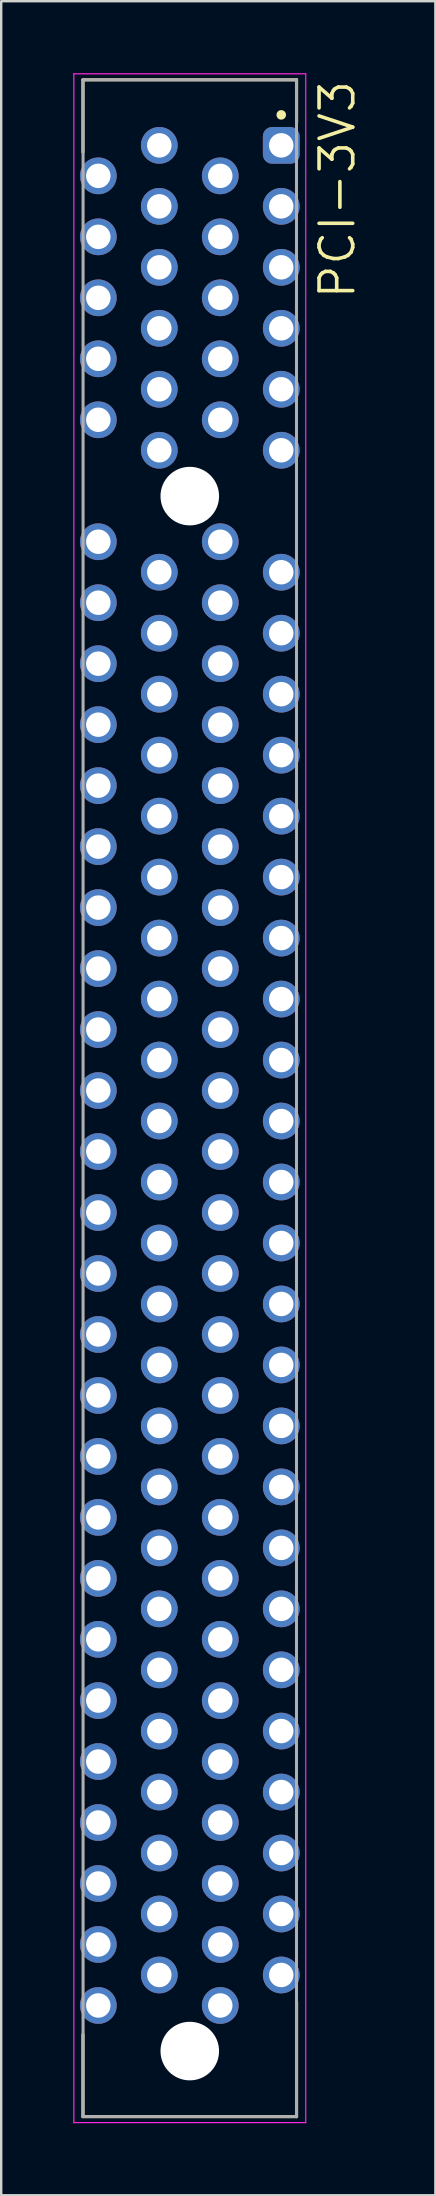
<source format=kicad_pcb>
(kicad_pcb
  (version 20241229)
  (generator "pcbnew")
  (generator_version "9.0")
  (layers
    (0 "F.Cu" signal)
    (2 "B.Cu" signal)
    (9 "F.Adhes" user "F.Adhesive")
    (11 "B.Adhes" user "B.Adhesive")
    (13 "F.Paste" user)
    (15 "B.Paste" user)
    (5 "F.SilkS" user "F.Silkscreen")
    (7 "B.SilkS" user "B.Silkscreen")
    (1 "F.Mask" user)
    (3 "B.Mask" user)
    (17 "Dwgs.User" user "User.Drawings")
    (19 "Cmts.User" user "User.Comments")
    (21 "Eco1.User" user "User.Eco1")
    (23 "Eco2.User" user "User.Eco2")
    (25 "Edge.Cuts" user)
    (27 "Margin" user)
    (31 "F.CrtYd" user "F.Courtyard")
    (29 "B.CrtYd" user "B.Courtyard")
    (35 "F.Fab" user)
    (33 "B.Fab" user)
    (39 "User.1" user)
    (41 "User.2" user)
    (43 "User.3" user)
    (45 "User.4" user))
  (footprint "PCI-3V3"
    (layer "F.Cu")
    (at 4.855 43.645)
    (property "Reference" "PCI-3V3" (at 6.146 -38.796 270) (layer "F.SilkS") (effects (font (size 1.402 1.402) (thickness 0.15))))
    (attr through_hole)
    (fp_line (start -4.45 -43.37) (end -4.45 -40.35) (stroke (width 0.127) (type solid)) (layer "F.SilkS"))
    (fp_line (start -4.45 41.47) (end -4.45 38.05) (stroke (width 0.127) (type solid)) (layer "F.SilkS"))
    (fp_line (start 4.45 -43.37) (end -4.45 -43.37) (stroke (width 0.127) (type solid)) (layer "F.SilkS"))
    (fp_line (start 4.45 -41.6) (end 4.45 -43.37) (stroke (width 0.127) (type solid)) (layer "F.SilkS"))
    (fp_line (start 4.45 36.7) (end 4.45 41.47) (stroke (width 0.127) (type solid)) (layer "F.SilkS"))
    (fp_line (start 4.45 41.47) (end -4.45 41.47) (stroke (width 0.127) (type solid)) (layer "F.SilkS"))
    (fp_circle (center 3.81 -41.91) (end 3.81 -41.81) (stroke (width 0.2) (type solid)) (fill no) (layer "F.SilkS"))
    (fp_line (start -4.83 -43.62) (end -4.83 41.72) (stroke (width 0.05) (type solid)) (layer "F.CrtYd"))
    (fp_line (start -4.83 41.72) (end 4.83 41.72) (stroke (width 0.05) (type solid)) (layer "F.CrtYd"))
    (fp_line (start 4.83 -43.62) (end -4.83 -43.62) (stroke (width 0.05) (type solid)) (layer "F.CrtYd"))
    (fp_line (start 4.83 41.72) (end 4.83 -43.62) (stroke (width 0.05) (type solid)) (layer "F.CrtYd"))
    (fp_line (start -4.445 -43.37) (end -4.445 41.47) (stroke (width 0.127) (type solid)) (layer "F.Fab"))
    (fp_line (start -4.445 41.47) (end 4.445 41.47) (stroke (width 0.127) (type solid)) (layer "F.Fab"))
    (fp_line (start 4.445 -43.37) (end -4.445 -43.37) (stroke (width 0.127) (type solid)) (layer "F.Fab"))
    (fp_line (start 4.445 41.47) (end 4.445 -43.37) (stroke (width 0.127) (type solid)) (layer "F.Fab"))
    (pad "" np_thru_hole circle (at 0 -26.03 270) (size 2.44 2.44) (drill 2.44) (layers "*.Cu" "*.Mask"))
    (pad "" np_thru_hole circle (at 0 38.74 270) (size 2.44 2.44) (drill 2.44) (layers "*.Cu" "*.Mask"))
    (pad "A1" thru_hole roundrect (at 3.81 -40.64 270) (size 1.53 1.53) (drill 1.02) (layers "*.Cu" "*.Mask") (roundrect_rratio 0.25))
    (pad "A2" thru_hole circle (at 1.27 -39.37 270) (size 1.53 1.53) (drill 1.02) (layers "*.Cu" "*.Mask"))
    (pad "A3" thru_hole circle (at 3.81 -38.1 270) (size 1.53 1.53) (drill 1.02) (layers "*.Cu" "*.Mask"))
    (pad "A4" thru_hole circle (at 1.27 -36.83 270) (size 1.53 1.53) (drill 1.02) (layers "*.Cu" "*.Mask"))
    (pad "A5" thru_hole circle (at 3.81 -35.56 270) (size 1.53 1.53) (drill 1.02) (layers "*.Cu" "*.Mask"))
    (pad "A6" thru_hole circle (at 1.27 -34.29 270) (size 1.53 1.53) (drill 1.02) (layers "*.Cu" "*.Mask"))
    (pad "A7" thru_hole circle (at 3.81 -33.02 270) (size 1.53 1.53) (drill 1.02) (layers "*.Cu" "*.Mask"))
    (pad "A8" thru_hole circle (at 1.27 -31.75 270) (size 1.53 1.53) (drill 1.02) (layers "*.Cu" "*.Mask"))
    (pad "A9" thru_hole circle (at 3.81 -30.48 270) (size 1.53 1.53) (drill 1.02) (layers "*.Cu" "*.Mask"))
    (pad "A10" thru_hole circle (at 1.27 -29.21 270) (size 1.53 1.53) (drill 1.02) (layers "*.Cu" "*.Mask"))
    (pad "A11" thru_hole circle (at 3.81 -27.94 270) (size 1.53 1.53) (drill 1.02) (layers "*.Cu" "*.Mask"))
    (pad "A14" thru_hole circle (at 1.27 -24.13 270) (size 1.53 1.53) (drill 1.02) (layers "*.Cu" "*.Mask"))
    (pad "A15" thru_hole circle (at 3.81 -22.86 270) (size 1.53 1.53) (drill 1.02) (layers "*.Cu" "*.Mask"))
    (pad "A16" thru_hole circle (at 1.27 -21.59 270) (size 1.53 1.53) (drill 1.02) (layers "*.Cu" "*.Mask"))
    (pad "A17" thru_hole circle (at 3.81 -20.32 270) (size 1.53 1.53) (drill 1.02) (layers "*.Cu" "*.Mask"))
    (pad "A18" thru_hole circle (at 1.27 -19.05 270) (size 1.53 1.53) (drill 1.02) (layers "*.Cu" "*.Mask"))
    (pad "A19" thru_hole circle (at 3.81 -17.78 270) (size 1.53 1.53) (drill 1.02) (layers "*.Cu" "*.Mask"))
    (pad "A20" thru_hole circle (at 1.27 -16.51 270) (size 1.53 1.53) (drill 1.02) (layers "*.Cu" "*.Mask"))
    (pad "A21" thru_hole circle (at 3.81 -15.24 270) (size 1.53 1.53) (drill 1.02) (layers "*.Cu" "*.Mask"))
    (pad "A22" thru_hole circle (at 1.27 -13.97 270) (size 1.53 1.53) (drill 1.02) (layers "*.Cu" "*.Mask"))
    (pad "A23" thru_hole circle (at 3.81 -12.7 270) (size 1.53 1.53) (drill 1.02) (layers "*.Cu" "*.Mask"))
    (pad "A24" thru_hole circle (at 1.27 -11.43 270) (size 1.53 1.53) (drill 1.02) (layers "*.Cu" "*.Mask"))
    (pad "A25" thru_hole circle (at 3.81 -10.16 270) (size 1.53 1.53) (drill 1.02) (layers "*.Cu" "*.Mask"))
    (pad "A26" thru_hole circle (at 1.27 -8.89 270) (size 1.53 1.53) (drill 1.02) (layers "*.Cu" "*.Mask"))
    (pad "A27" thru_hole circle (at 3.81 -7.62 270) (size 1.53 1.53) (drill 1.02) (layers "*.Cu" "*.Mask"))
    (pad "A28" thru_hole circle (at 1.27 -6.35 270) (size 1.53 1.53) (drill 1.02) (layers "*.Cu" "*.Mask"))
    (pad "A29" thru_hole circle (at 3.81 -5.08 270) (size 1.53 1.53) (drill 1.02) (layers "*.Cu" "*.Mask"))
    (pad "A30" thru_hole circle (at 1.27 -3.81 270) (size 1.53 1.53) (drill 1.02) (layers "*.Cu" "*.Mask"))
    (pad "A31" thru_hole circle (at 3.81 -2.54 270) (size 1.53 1.53) (drill 1.02) (layers "*.Cu" "*.Mask"))
    (pad "A32" thru_hole circle (at 1.27 -1.27 270) (size 1.53 1.53) (drill 1.02) (layers "*.Cu" "*.Mask"))
    (pad "A33" thru_hole circle (at 3.81 0 270) (size 1.53 1.53) (drill 1.02) (layers "*.Cu" "*.Mask"))
    (pad "A34" thru_hole circle (at 1.27 1.27 270) (size 1.53 1.53) (drill 1.02) (layers "*.Cu" "*.Mask"))
    (pad "A35" thru_hole circle (at 3.81 2.54 270) (size 1.53 1.53) (drill 1.02) (layers "*.Cu" "*.Mask"))
    (pad "A36" thru_hole circle (at 1.27 3.81 270) (size 1.53 1.53) (drill 1.02) (layers "*.Cu" "*.Mask"))
    (pad "A37" thru_hole circle (at 3.81 5.08 270) (size 1.53 1.53) (drill 1.02) (layers "*.Cu" "*.Mask"))
    (pad "A38" thru_hole circle (at 1.27 6.35 270) (size 1.53 1.53) (drill 1.02) (layers "*.Cu" "*.Mask"))
    (pad "A39" thru_hole circle (at 3.81 7.62 270) (size 1.53 1.53) (drill 1.02) (layers "*.Cu" "*.Mask"))
    (pad "A40" thru_hole circle (at 1.27 8.89 270) (size 1.53 1.53) (drill 1.02) (layers "*.Cu" "*.Mask"))
    (pad "A41" thru_hole circle (at 3.81 10.16 270) (size 1.53 1.53) (drill 1.02) (layers "*.Cu" "*.Mask"))
    (pad "A42" thru_hole circle (at 1.27 11.43 270) (size 1.53 1.53) (drill 1.02) (layers "*.Cu" "*.Mask"))
    (pad "A43" thru_hole circle (at 3.81 12.7 270) (size 1.53 1.53) (drill 1.02) (layers "*.Cu" "*.Mask"))
    (pad "A44" thru_hole circle (at 1.27 13.97 270) (size 1.53 1.53) (drill 1.02) (layers "*.Cu" "*.Mask"))
    (pad "A45" thru_hole circle (at 3.81 15.24 270) (size 1.53 1.53) (drill 1.02) (layers "*.Cu" "*.Mask"))
    (pad "A46" thru_hole circle (at 1.27 16.51 270) (size 1.53 1.53) (drill 1.02) (layers "*.Cu" "*.Mask"))
    (pad "A47" thru_hole circle (at 3.81 17.78 270) (size 1.53 1.53) (drill 1.02) (layers "*.Cu" "*.Mask"))
    (pad "A48" thru_hole circle (at 1.27 19.05 270) (size 1.53 1.53) (drill 1.02) (layers "*.Cu" "*.Mask"))
    (pad "A49" thru_hole circle (at 3.81 20.32 270) (size 1.53 1.53) (drill 1.02) (layers "*.Cu" "*.Mask"))
    (pad "A50" thru_hole circle (at 1.27 21.59 270) (size 1.53 1.53) (drill 1.02) (layers "*.Cu" "*.Mask"))
    (pad "A51" thru_hole circle (at 3.81 22.86 270) (size 1.53 1.53) (drill 1.02) (layers "*.Cu" "*.Mask"))
    (pad "A52" thru_hole circle (at 1.27 24.14 270) (size 1.53 1.53) (drill 1.02) (layers "*.Cu" "*.Mask"))
    (pad "A53" thru_hole circle (at 3.81 25.41 270) (size 1.53 1.53) (drill 1.02) (layers "*.Cu" "*.Mask"))
    (pad "A54" thru_hole circle (at 1.27 26.68 270) (size 1.53 1.53) (drill 1.02) (layers "*.Cu" "*.Mask"))
    (pad "A55" thru_hole circle (at 3.81 27.95 270) (size 1.53 1.53) (drill 1.02) (layers "*.Cu" "*.Mask"))
    (pad "A56" thru_hole circle (at 1.27 29.22 270) (size 1.53 1.53) (drill 1.02) (layers "*.Cu" "*.Mask"))
    (pad "A57" thru_hole circle (at 3.81 30.49 270) (size 1.53 1.53) (drill 1.02) (layers "*.Cu" "*.Mask"))
    (pad "A58" thru_hole circle (at 1.27 31.76 270) (size 1.53 1.53) (drill 1.02) (layers "*.Cu" "*.Mask"))
    (pad "A59" thru_hole circle (at 3.81 33.03 270) (size 1.53 1.53) (drill 1.02) (layers "*.Cu" "*.Mask"))
    (pad "A60" thru_hole circle (at 1.27 34.3 270) (size 1.53 1.53) (drill 1.02) (layers "*.Cu" "*.Mask"))
    (pad "A61" thru_hole circle (at 3.81 35.57 270) (size 1.53 1.53) (drill 1.02) (layers "*.Cu" "*.Mask"))
    (pad "A62" thru_hole circle (at 1.27 36.84 270) (size 1.53 1.53) (drill 1.02) (layers "*.Cu" "*.Mask"))
    (pad "B1" thru_hole circle (at -1.27 -40.64 270) (size 1.53 1.53) (drill 1.02) (layers "*.Cu" "*.Mask"))
    (pad "B2" thru_hole circle (at -3.81 -39.37 270) (size 1.53 1.53) (drill 1.02) (layers "*.Cu" "*.Mask"))
    (pad "B3" thru_hole circle (at -1.27 -38.1 270) (size 1.53 1.53) (drill 1.02) (layers "*.Cu" "*.Mask"))
    (pad "B4" thru_hole circle (at -3.81 -36.83 270) (size 1.53 1.53) (drill 1.02) (layers "*.Cu" "*.Mask"))
    (pad "B5" thru_hole circle (at -1.27 -35.56 270) (size 1.53 1.53) (drill 1.02) (layers "*.Cu" "*.Mask"))
    (pad "B6" thru_hole circle (at -3.81 -34.29 270) (size 1.53 1.53) (drill 1.02) (layers "*.Cu" "*.Mask"))
    (pad "B7" thru_hole circle (at -1.27 -33.02 270) (size 1.53 1.53) (drill 1.02) (layers "*.Cu" "*.Mask"))
    (pad "B8" thru_hole circle (at -3.81 -31.75 270) (size 1.53 1.53) (drill 1.02) (layers "*.Cu" "*.Mask"))
    (pad "B9" thru_hole circle (at -1.27 -30.48 270) (size 1.53 1.53) (drill 1.02) (layers "*.Cu" "*.Mask"))
    (pad "B10" thru_hole circle (at -3.81 -29.21 270) (size 1.53 1.53) (drill 1.02) (layers "*.Cu" "*.Mask"))
    (pad "B11" thru_hole circle (at -1.27 -27.94 270) (size 1.53 1.53) (drill 1.02) (layers "*.Cu" "*.Mask"))
    (pad "B14" thru_hole circle (at -3.81 -24.13 270) (size 1.53 1.53) (drill 1.02) (layers "*.Cu" "*.Mask"))
    (pad "B15" thru_hole circle (at -1.27 -22.86 270) (size 1.53 1.53) (drill 1.02) (layers "*.Cu" "*.Mask"))
    (pad "B16" thru_hole circle (at -3.81 -21.59 270) (size 1.53 1.53) (drill 1.02) (layers "*.Cu" "*.Mask"))
    (pad "B17" thru_hole circle (at -1.27 -20.32 270) (size 1.53 1.53) (drill 1.02) (layers "*.Cu" "*.Mask"))
    (pad "B18" thru_hole circle (at -3.81 -19.05 270) (size 1.53 1.53) (drill 1.02) (layers "*.Cu" "*.Mask"))
    (pad "B19" thru_hole circle (at -1.27 -17.78 270) (size 1.53 1.53) (drill 1.02) (layers "*.Cu" "*.Mask"))
    (pad "B20" thru_hole circle (at -3.81 -16.51 270) (size 1.53 1.53) (drill 1.02) (layers "*.Cu" "*.Mask"))
    (pad "B21" thru_hole circle (at -1.27 -15.24 270) (size 1.53 1.53) (drill 1.02) (layers "*.Cu" "*.Mask"))
    (pad "B22" thru_hole circle (at -3.81 -13.97 270) (size 1.53 1.53) (drill 1.02) (layers "*.Cu" "*.Mask"))
    (pad "B23" thru_hole circle (at -1.27 -12.7 270) (size 1.53 1.53) (drill 1.02) (layers "*.Cu" "*.Mask"))
    (pad "B24" thru_hole circle (at -3.81 -11.43 270) (size 1.53 1.53) (drill 1.02) (layers "*.Cu" "*.Mask"))
    (pad "B25" thru_hole circle (at -1.27 -10.16 270) (size 1.53 1.53) (drill 1.02) (layers "*.Cu" "*.Mask"))
    (pad "B26" thru_hole circle (at -3.81 -8.89 270) (size 1.53 1.53) (drill 1.02) (layers "*.Cu" "*.Mask"))
    (pad "B27" thru_hole circle (at -1.27 -7.62 270) (size 1.53 1.53) (drill 1.02) (layers "*.Cu" "*.Mask"))
    (pad "B28" thru_hole circle (at -3.81 -6.35 270) (size 1.53 1.53) (drill 1.02) (layers "*.Cu" "*.Mask"))
    (pad "B29" thru_hole circle (at -1.27 -5.08 270) (size 1.53 1.53) (drill 1.02) (layers "*.Cu" "*.Mask"))
    (pad "B30" thru_hole circle (at -3.81 -3.81 270) (size 1.53 1.53) (drill 1.02) (layers "*.Cu" "*.Mask"))
    (pad "B31" thru_hole circle (at -1.27 -2.54 270) (size 1.53 1.53) (drill 1.02) (layers "*.Cu" "*.Mask"))
    (pad "B32" thru_hole circle (at -3.81 -1.27 270) (size 1.53 1.53) (drill 1.02) (layers "*.Cu" "*.Mask"))
    (pad "B33" thru_hole circle (at -1.27 0 270) (size 1.53 1.53) (drill 1.02) (layers "*.Cu" "*.Mask"))
    (pad "B34" thru_hole circle (at -3.81 1.27 270) (size 1.53 1.53) (drill 1.02) (layers "*.Cu" "*.Mask"))
    (pad "B35" thru_hole circle (at -1.27 2.54 270) (size 1.53 1.53) (drill 1.02) (layers "*.Cu" "*.Mask"))
    (pad "B36" thru_hole circle (at -3.81 3.81 270) (size 1.53 1.53) (drill 1.02) (layers "*.Cu" "*.Mask"))
    (pad "B37" thru_hole circle (at -1.27 5.08 270) (size 1.53 1.53) (drill 1.02) (layers "*.Cu" "*.Mask"))
    (pad "B38" thru_hole circle (at -3.81 6.35 270) (size 1.53 1.53) (drill 1.02) (layers "*.Cu" "*.Mask"))
    (pad "B39" thru_hole circle (at -1.27 7.62 270) (size 1.53 1.53) (drill 1.02) (layers "*.Cu" "*.Mask"))
    (pad "B40" thru_hole circle (at -3.81 8.89 270) (size 1.53 1.53) (drill 1.02) (layers "*.Cu" "*.Mask"))
    (pad "B41" thru_hole circle (at -1.27 10.16 270) (size 1.53 1.53) (drill 1.02) (layers "*.Cu" "*.Mask"))
    (pad "B42" thru_hole circle (at -3.81 11.43 270) (size 1.53 1.53) (drill 1.02) (layers "*.Cu" "*.Mask"))
    (pad "B43" thru_hole circle (at -1.27 12.7 270) (size 1.53 1.53) (drill 1.02) (layers "*.Cu" "*.Mask"))
    (pad "B44" thru_hole circle (at -3.81 13.97 270) (size 1.53 1.53) (drill 1.02) (layers "*.Cu" "*.Mask"))
    (pad "B45" thru_hole circle (at -1.27 15.24 270) (size 1.53 1.53) (drill 1.02) (layers "*.Cu" "*.Mask"))
    (pad "B46" thru_hole circle (at -3.81 16.51 270) (size 1.53 1.53) (drill 1.02) (layers "*.Cu" "*.Mask"))
    (pad "B47" thru_hole circle (at -1.27 17.78 270) (size 1.53 1.53) (drill 1.02) (layers "*.Cu" "*.Mask"))
    (pad "B48" thru_hole circle (at -3.81 19.05 270) (size 1.53 1.53) (drill 1.02) (layers "*.Cu" "*.Mask"))
    (pad "B49" thru_hole circle (at -1.27 20.32 270) (size 1.53 1.53) (drill 1.02) (layers "*.Cu" "*.Mask"))
    (pad "B50" thru_hole circle (at -3.81 21.59 270) (size 1.53 1.53) (drill 1.02) (layers "*.Cu" "*.Mask"))
    (pad "B51" thru_hole circle (at -1.27 22.86 270) (size 1.53 1.53) (drill 1.02) (layers "*.Cu" "*.Mask"))
    (pad "B52" thru_hole circle (at -3.81 24.14 270) (size 1.53 1.53) (drill 1.02) (layers "*.Cu" "*.Mask"))
    (pad "B53" thru_hole circle (at -1.27 25.41 270) (size 1.53 1.53) (drill 1.02) (layers "*.Cu" "*.Mask"))
    (pad "B54" thru_hole circle (at -3.81 26.68 270) (size 1.53 1.53) (drill 1.02) (layers "*.Cu" "*.Mask"))
    (pad "B55" thru_hole circle (at -1.27 27.95 270) (size 1.53 1.53) (drill 1.02) (layers "*.Cu" "*.Mask"))
    (pad "B56" thru_hole circle (at -3.81 29.22 270) (size 1.53 1.53) (drill 1.02) (layers "*.Cu" "*.Mask"))
    (pad "B57" thru_hole circle (at -1.27 30.49 270) (size 1.53 1.53) (drill 1.02) (layers "*.Cu" "*.Mask"))
    (pad "B58" thru_hole circle (at -3.81 31.76 270) (size 1.53 1.53) (drill 1.02) (layers "*.Cu" "*.Mask"))
    (pad "B59" thru_hole circle (at -1.27 33.03 270) (size 1.53 1.53) (drill 1.02) (layers "*.Cu" "*.Mask"))
    (pad "B60" thru_hole circle (at -3.81 34.3 270) (size 1.53 1.53) (drill 1.02) (layers "*.Cu" "*.Mask"))
    (pad "B61" thru_hole circle (at -1.27 35.57 270) (size 1.53 1.53) (drill 1.02) (layers "*.Cu" "*.Mask"))
    (pad "B62" thru_hole circle (at -3.81 36.84 270) (size 1.53 1.53) (drill 1.02) (layers "*.Cu" "*.Mask")))
  (gr_rect
    (start -3 -3)
    (end 15.084 88.39)
    (stroke (width 0.1) (type default))
    (fill no)
    (layer "Edge.Cuts")))
</source>
